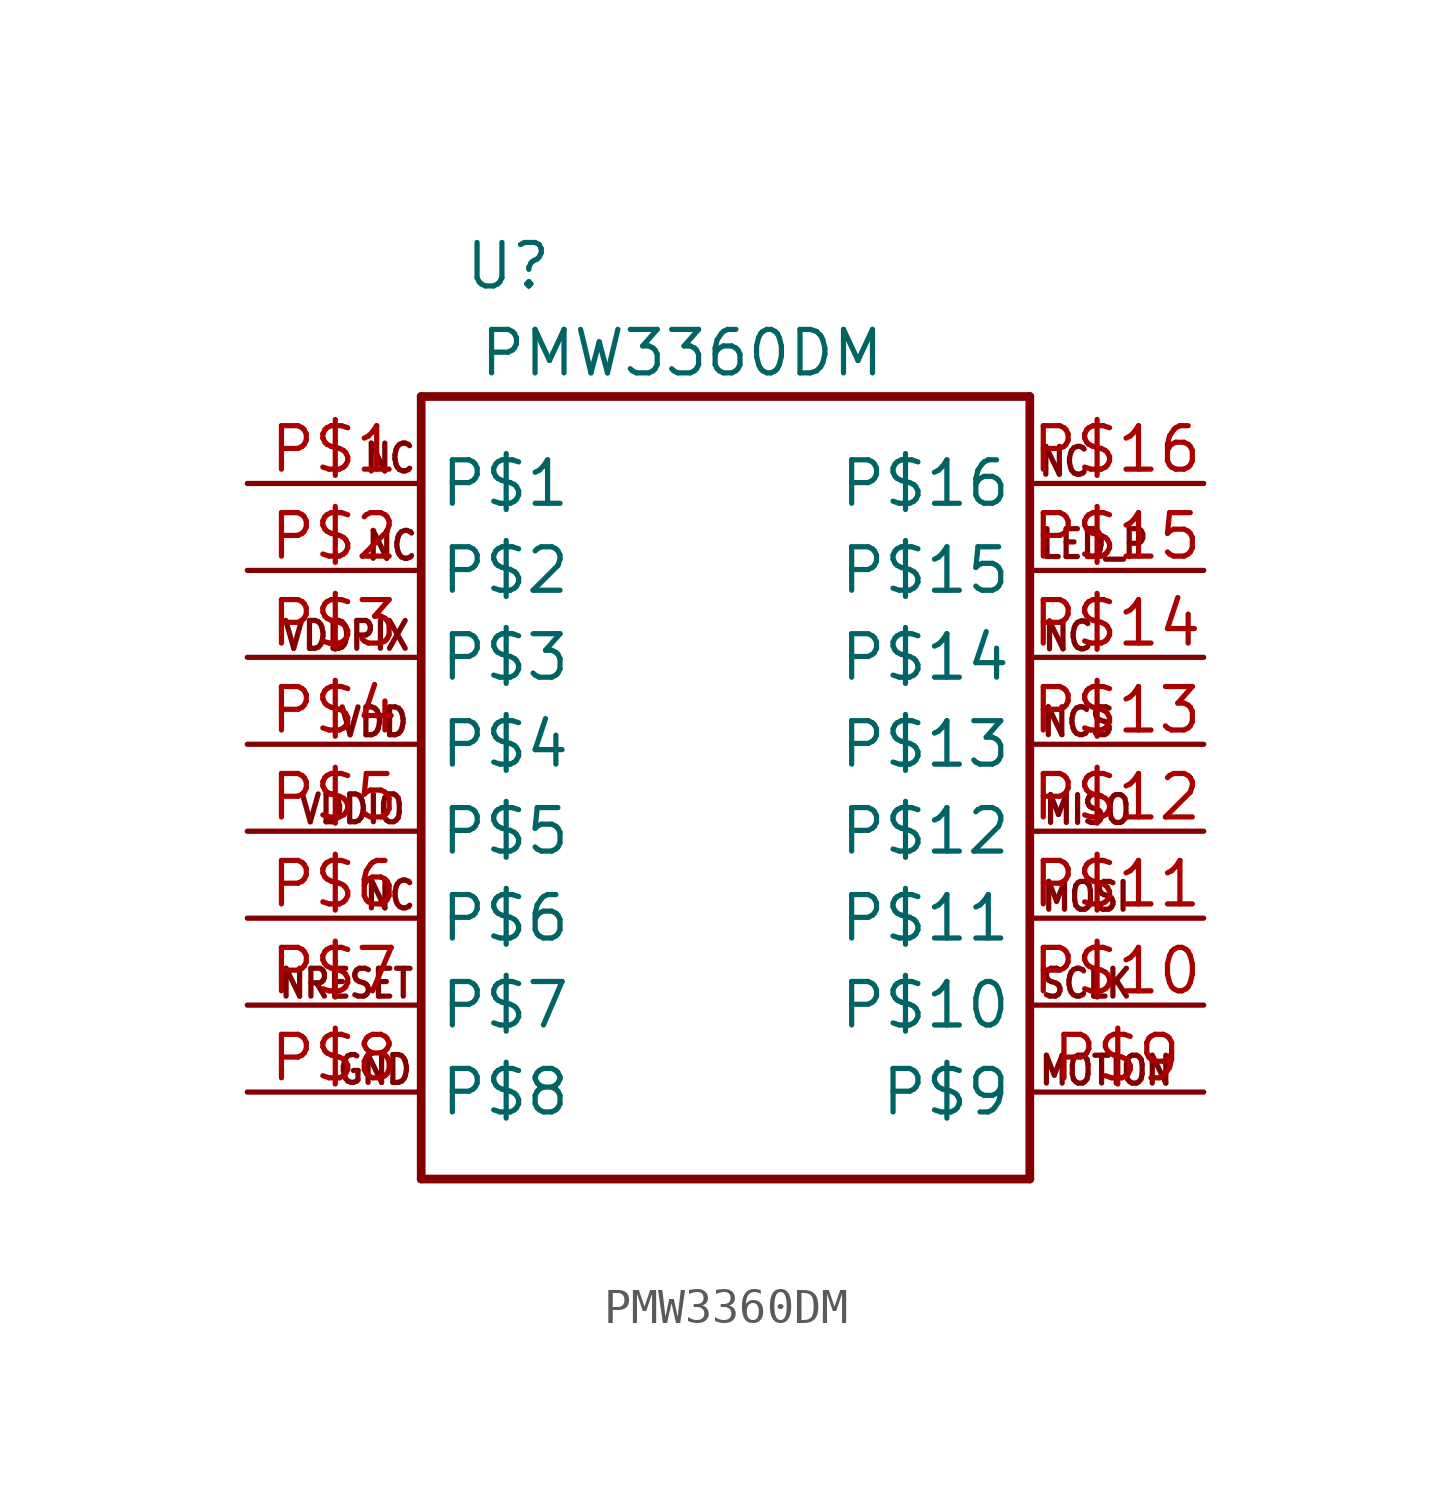
<source format=kicad_sym>
(kicad_symbol_lib
  (version 20220914)
  (generator kicad_symbol_editor)
  (symbol "PMW3360DM"
    (property "Reference" "U"
      (at -15.24 16.51 0)
      (effects (font (size 1.27 1.27))))
    (property "Value" "PMW3360DM"
      (at -10.16 13.97 0)
      (effects (font (size 1.27 1.27))))
    (symbol "PMW3360DM_1_0"
      (polyline (pts (xy -17.78 -10.16) (xy -17.78 12.7)) (stroke (width 0.254) (type default)) (fill (type none)))
      (polyline (pts (xy -17.78 12.7) (xy 0 12.7)) (stroke (width 0.254) (type default)) (fill (type none)))
      (polyline (pts (xy 0 -10.16) (xy -17.78 -10.16)) (stroke (width 0.254) (type default)) (fill (type none)))
      (polyline (pts (xy 0 12.7) (xy 0 -10.16)) (stroke (width 0.254) (type default)) (fill (type none)))
      (text "GND" (at -20.287 -7.444 0) (effects (font (size 0.813 0.691)) (justify left bottom)))
      (text "LED_P" (at 0.237 7.918 0) (effects (font (size 0.813 0.691)) (justify left bottom)))
      (text "MISO" (at 0.341 0.15 0) (effects (font (size 0.813 0.691)) (justify left bottom)))
      (text "MOSI" (at 0.288 -2.386 0) (effects (font (size 0.813 0.691)) (justify left bottom)))
      (text "MOTION" (at 0.22 -7.464 0) (effects (font (size 0.813 0.691)) (justify left bottom)))
      (text "NC" (at -19.503 10.419 0) (effects (font (size 0.813 0.691)) (justify left bottom)))
      (text "NC" (at -19.499 -2.346 0) (effects (font (size 0.813 0.691)) (justify left bottom)))
      (text "NC" (at -19.446 7.867 0) (effects (font (size 0.813 0.691)) (justify left bottom)))
      (text "NC" (at 0.203 10.322 0) (effects (font (size 0.813 0.691)) (justify left bottom)))
      (text "NC" (at 0.31 5.222 0) (effects (font (size 0.813 0.691)) (justify left bottom)))
      (text "NCS" (at 0.275 2.715 0) (effects (font (size 0.813 0.691)) (justify left bottom)))
      (text "NRESET" (at -21.991 -4.924 0) (effects (font (size 0.813 0.691)) (justify left bottom)))
      (text "SCLK" (at 0.254 -4.923 0) (effects (font (size 0.813 0.691)) (justify left bottom)))
      (text "VDD" (at -20.252 2.712 0) (effects (font (size 0.813 0.691)) (justify left bottom)))
      (text "VDDIO" (at -21.416 0.17 0) (effects (font (size 0.813 0.691)) (justify left bottom)))
      (text "VDDPIX" (at -21.901 5.238 0) (effects (font (size 0.813 0.691)) (justify left bottom)))
      (pin bidirectional line (at -22.86 10.16 0) (length 5.08) (name "P$1" (effects (font (size 1.27 1.27)))) (number "P$1" (effects (font (size 1.27 1.27)))))
      (pin bidirectional line (at 5.08 -5.08 180) (length 5.08) (name "P$10" (effects (font (size 1.27 1.27)))) (number "P$10" (effects (font (size 1.27 1.27)))))
      (pin bidirectional line (at 5.08 -2.54 180) (length 5.08) (name "P$11" (effects (font (size 1.27 1.27)))) (number "P$11" (effects (font (size 1.27 1.27)))))
      (pin bidirectional line (at 5.08 0 180) (length 5.08) (name "P$12" (effects (font (size 1.27 1.27)))) (number "P$12" (effects (font (size 1.27 1.27)))))
      (pin bidirectional line (at 5.08 2.54 180) (length 5.08) (name "P$13" (effects (font (size 1.27 1.27)))) (number "P$13" (effects (font (size 1.27 1.27)))))
      (pin bidirectional line (at 5.08 5.08 180) (length 5.08) (name "P$14" (effects (font (size 1.27 1.27)))) (number "P$14" (effects (font (size 1.27 1.27)))))
      (pin bidirectional line (at 5.08 7.62 180) (length 5.08) (name "P$15" (effects (font (size 1.27 1.27)))) (number "P$15" (effects (font (size 1.27 1.27)))))
      (pin bidirectional line (at 5.08 10.16 180) (length 5.08) (name "P$16" (effects (font (size 1.27 1.27)))) (number "P$16" (effects (font (size 1.27 1.27)))))
      (pin bidirectional line (at -22.86 7.62 0) (length 5.08) (name "P$2" (effects (font (size 1.27 1.27)))) (number "P$2" (effects (font (size 1.27 1.27)))))
      (pin bidirectional line (at -22.86 5.08 0) (length 5.08) (name "P$3" (effects (font (size 1.27 1.27)))) (number "P$3" (effects (font (size 1.27 1.27)))))
      (pin bidirectional line (at -22.86 2.54 0) (length 5.08) (name "P$4" (effects (font (size 1.27 1.27)))) (number "P$4" (effects (font (size 1.27 1.27)))))
      (pin bidirectional line (at -22.86 0 0) (length 5.08) (name "P$5" (effects (font (size 1.27 1.27)))) (number "P$5" (effects (font (size 1.27 1.27)))))
      (pin bidirectional line (at -22.86 -2.54 0) (length 5.08) (name "P$6" (effects (font (size 1.27 1.27)))) (number "P$6" (effects (font (size 1.27 1.27)))))
      (pin bidirectional line (at -22.86 -5.08 0) (length 5.08) (name "P$7" (effects (font (size 1.27 1.27)))) (number "P$7" (effects (font (size 1.27 1.27)))))
      (pin bidirectional line (at -22.86 -7.62 0) (length 5.08) (name "P$8" (effects (font (size 1.27 1.27)))) (number "P$8" (effects (font (size 1.27 1.27)))))
      (pin bidirectional line (at 5.08 -7.62 180) (length 5.08) (name "P$9" (effects (font (size 1.27 1.27)))) (number "P$9" (effects (font (size 1.27 1.27))))))))
</source>
